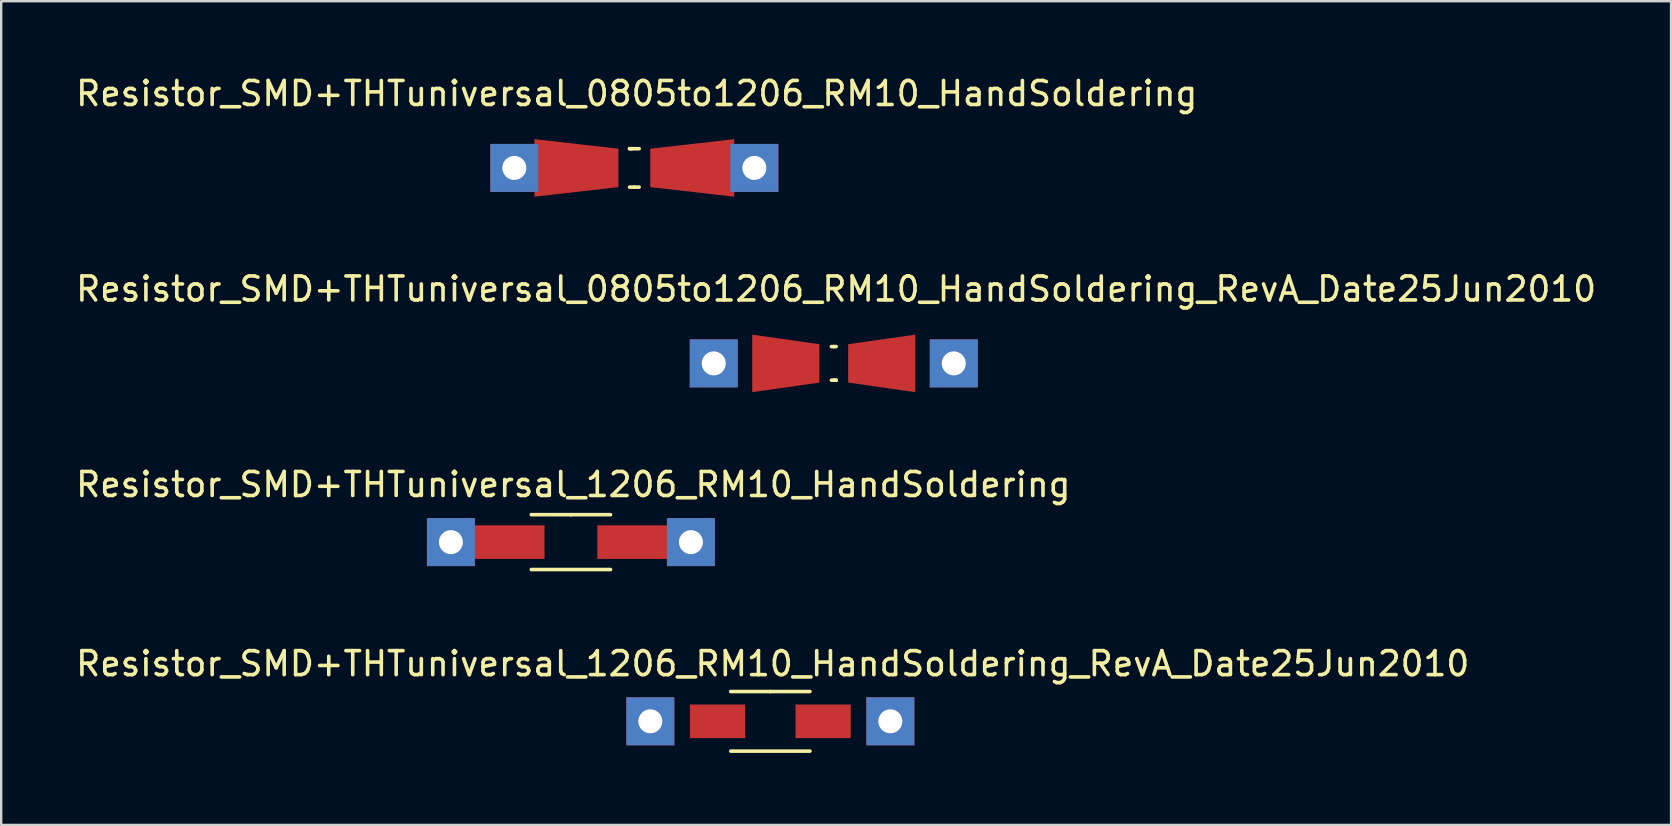
<source format=kicad_pcb>
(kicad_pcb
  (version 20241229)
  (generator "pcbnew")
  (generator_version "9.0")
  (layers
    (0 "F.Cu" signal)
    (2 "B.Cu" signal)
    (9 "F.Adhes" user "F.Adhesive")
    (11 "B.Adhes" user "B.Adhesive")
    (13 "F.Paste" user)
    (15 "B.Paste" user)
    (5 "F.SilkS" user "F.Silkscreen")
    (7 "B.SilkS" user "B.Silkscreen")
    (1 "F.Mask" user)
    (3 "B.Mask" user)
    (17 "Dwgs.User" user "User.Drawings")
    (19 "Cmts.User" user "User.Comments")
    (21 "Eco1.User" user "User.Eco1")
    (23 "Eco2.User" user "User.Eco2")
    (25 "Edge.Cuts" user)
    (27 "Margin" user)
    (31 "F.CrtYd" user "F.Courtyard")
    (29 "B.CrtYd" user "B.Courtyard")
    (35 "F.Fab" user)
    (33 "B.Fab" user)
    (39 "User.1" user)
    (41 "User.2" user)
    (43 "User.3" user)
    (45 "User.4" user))
  (footprint "Resistor_SMD+THTuniversal_0805to1206_RM10_HandSoldering"
    (layer "F.Cu")
    (at 23.383 3.947)
    (property "Reference" "Resistor_SMD+THTuniversal_0805to1206_RM10_HandSoldering" (at 0.099 -3.099 0) (layer "F.SilkS") (effects (font (size 1 1) (thickness 0.15))))
    (attr through_hole)
    (fp_line (start -0.201 -0.8) (end 0.201 -0.8) (stroke (width 0.15) (type solid)) (layer "F.SilkS"))
    (fp_line (start -0.099 -0.8) (end -0.201 -0.8) (stroke (width 0.15) (type solid)) (layer "F.SilkS"))
    (fp_line (start 0 0.8) (end -0.201 0.8) (stroke (width 0.15) (type solid)) (layer "F.SilkS"))
    (fp_line (start 0 0.8) (end 0.201 0.8) (stroke (width 0.15) (type solid)) (layer "F.SilkS"))
    (pad "1" thru_hole rect (at -5.001 0 180) (size 1.999 1.999) (drill 1.001) (layers "*.Cu" "*.Mask"))
    (pad "1" smd trapezoid (at -2.413 0) (size 3.5 1.999) (rect_delta 0.399 0) (layers "F.Cu" "F.Mask" "F.Paste"))
    (pad "2" smd trapezoid (at 2.413 0 180) (size 3.5 1.999) (rect_delta 0.399 0) (layers "F.Cu" "F.Mask" "F.Paste"))
    (pad "2" thru_hole rect (at 5.001 0 180) (size 1.999 1.999) (drill 1.001) (layers "*.Cu" "*.Mask")))
  (footprint "Resistor_SMD+THTuniversal_1206_RM10_HandSoldering"
    (layer "F.Cu")
    (at 20.74 19.54)
    (property "Reference" "Resistor_SMD+THTuniversal_1206_RM10_HandSoldering" (at 0.099 -2.4 0) (layer "F.SilkS") (effects (font (size 1 1) (thickness 0.15))))
    (attr through_hole)
    (fp_line (start 0 -1.143) (end -1.651 -1.143) (stroke (width 0.15) (type solid)) (layer "F.SilkS"))
    (fp_line (start 0 -1.143) (end 1.651 -1.143) (stroke (width 0.15) (type solid)) (layer "F.SilkS"))
    (fp_line (start 1.651 1.143) (end -1.651 1.143) (stroke (width 0.15) (type solid)) (layer "F.SilkS"))
    (pad "1" thru_hole rect (at -5.001 0) (size 1.999 1.999) (drill 1.001) (layers "*.Cu" "*.Mask"))
    (pad "1" smd rect (at -2.601 0) (size 3 1.4) (layers "F.Cu" "F.Mask" "F.Paste"))
    (pad "2" smd rect (at 2.601 0) (size 3 1.4) (layers "F.Cu" "F.Mask" "F.Paste"))
    (pad "2" thru_hole rect (at 5.001 0) (size 1.999 1.999) (drill 1.001) (layers "*.Cu" "*.Mask")))
  (footprint "Resistor_SMD+THTuniversal_0805to1206_RM10_HandSoldering_RevA_Date25Jun2010"
    (layer "F.Cu")
    (at 31.693 12.093)
    (property "Reference" "Resistor_SMD+THTuniversal_0805to1206_RM10_HandSoldering_RevA_Date25Jun2010" (at 0.099 -3.099 0) (layer "F.SilkS") (effects (font (size 1 1) (thickness 0.15))))
    (attr through_hole)
    (fp_line (start 0 -0.701) (end -0.099 -0.701) (stroke (width 0.15) (type solid)) (layer "F.SilkS"))
    (fp_line (start 0 -0.701) (end 0.099 -0.701) (stroke (width 0.15) (type solid)) (layer "F.SilkS"))
    (fp_line (start 0 0.701) (end -0.099 0.701) (stroke (width 0.15) (type solid)) (layer "F.SilkS"))
    (fp_line (start 0 0.701) (end 0.099 0.701) (stroke (width 0.15) (type solid)) (layer "F.SilkS"))
    (fp_line (start 0.099 0.701) (end 0 0.701) (stroke (width 0.15) (type solid)) (layer "F.SilkS"))
    (pad "1" thru_hole rect (at -5.001 0 180) (size 1.999 1.999) (drill 1.001) (layers "*.Cu" "*.Mask"))
    (pad "1" smd trapezoid (at -1.999 0) (size 2.799 1.999) (rect_delta 0.399 0) (layers "F.Cu" "F.Mask" "F.Paste"))
    (pad "2" smd trapezoid (at 1.999 0 180) (size 2.799 1.999) (rect_delta 0.399 0) (layers "F.Cu" "F.Mask" "F.Paste"))
    (pad "2" thru_hole rect (at 5.001 0 180) (size 1.999 1.999) (drill 1.001) (layers "*.Cu" "*.Mask")))
  (footprint "Resistor_SMD+THTuniversal_1206_RM10_HandSoldering_RevA_Date25Jun2010"
    (layer "F.Cu")
    (at 29.05 27.007)
    (property "Reference" "Resistor_SMD+THTuniversal_1206_RM10_HandSoldering_RevA_Date25Jun2010" (at 0.099 -2.4 0) (layer "F.SilkS") (effects (font (size 1 1) (thickness 0.15))))
    (attr through_hole)
    (fp_line (start 0 -1.242) (end -1.651 -1.242) (stroke (width 0.15) (type solid)) (layer "F.SilkS"))
    (fp_line (start 0 -1.242) (end 1.651 -1.242) (stroke (width 0.15) (type solid)) (layer "F.SilkS"))
    (fp_line (start 1.651 1.242) (end -1.651 1.242) (stroke (width 0.15) (type solid)) (layer "F.SilkS"))
    (pad "1" thru_hole rect (at -5.001 0) (size 1.999 1.999) (drill 1.001) (layers "*.Cu" "*.Mask"))
    (pad "1" smd rect (at -2.2 0) (size 2.301 1.4) (layers "F.Cu" "F.Mask" "F.Paste"))
    (pad "2" smd rect (at 2.2 0) (size 2.301 1.4) (layers "F.Cu" "F.Mask" "F.Paste"))
    (pad "2" thru_hole rect (at 5.001 0) (size 1.999 1.999) (drill 1.001) (layers "*.Cu" "*.Mask")))
  (gr_rect
    (start -3 -3)
    (end 66.583 31.324)
    (stroke (width 0.1) (type default))
    (fill no)
    (layer "Edge.Cuts")))
</source>
